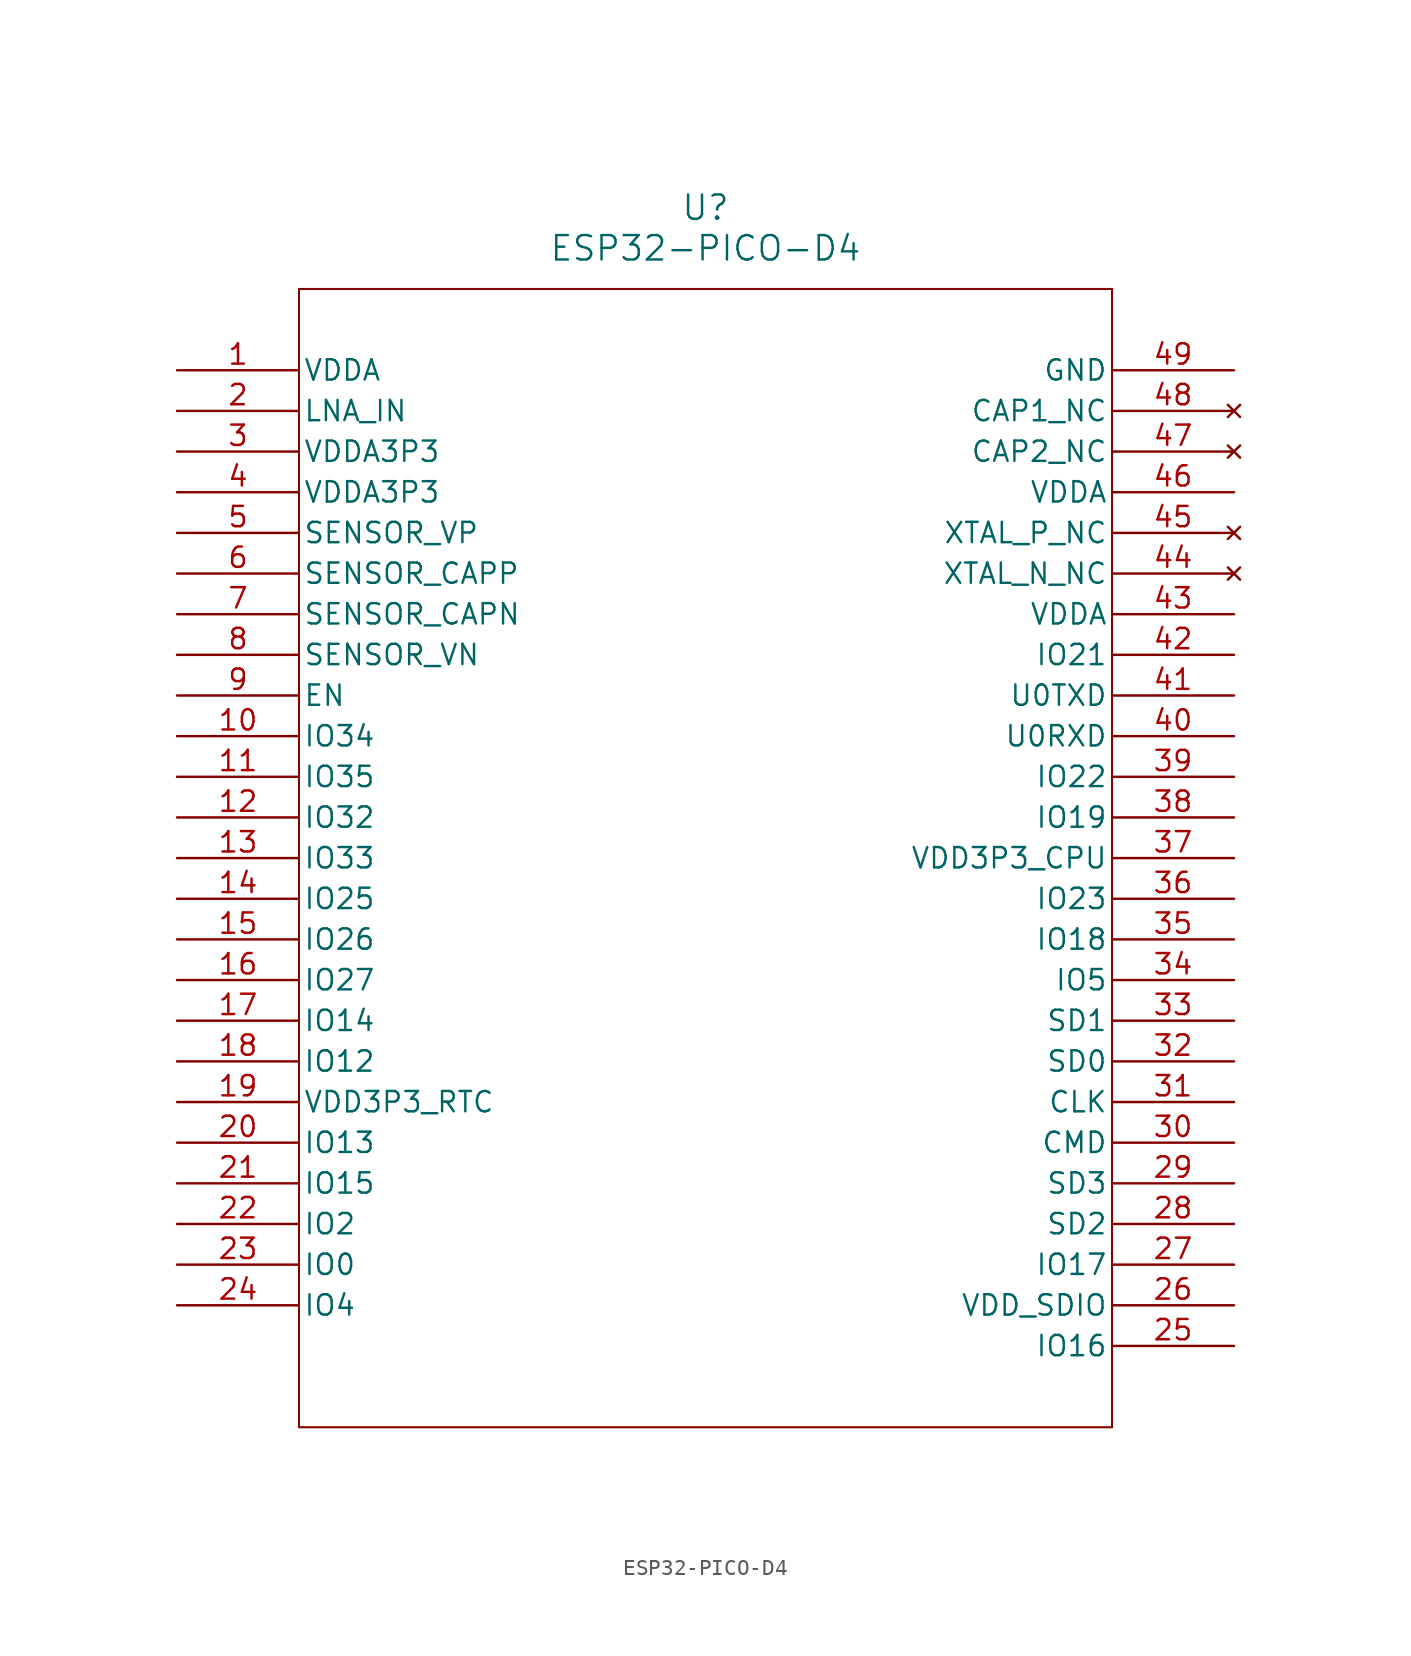
<source format=kicad_sym>
(kicad_symbol_lib
  (version 20211014)
  (generator kicad_symbol_editor)
  (symbol "ESP32-PICO-D4"
    (pin_names
      (offset 0.254))
    (property "Reference" "U"
      (at 33.02 10.16 0)
      (effects (font (size 1.524 1.524))))
    (property "Value" "ESP32-PICO-D4"
      (at 33.02 7.62 0)
      (effects (font (size 1.524 1.524))))
    (symbol "ESP32-PICO-D4_0_1"
      (polyline (pts (xy 7.62 5.08) (xy 7.62 -66.04)) (stroke (width 0.127) (type default) (color 0 0 0 0)) (fill (type none)))
      (polyline (pts (xy 7.62 -66.04) (xy 58.42 -66.04)) (stroke (width 0.127) (type default) (color 0 0 0 0)) (fill (type none)))
      (polyline (pts (xy 58.42 -66.04) (xy 58.42 5.08)) (stroke (width 0.127) (type default) (color 0 0 0 0)) (fill (type none)))
      (polyline (pts (xy 58.42 5.08) (xy 7.62 5.08)) (stroke (width 0.127) (type default) (color 0 0 0 0)) (fill (type none)))
      (pin power_in line (at 0 0 0) (length 7.62) (name "VDDA" (effects (font (size 1.27 1.27)))) (number "1" (effects (font (size 1.27 1.27)))))
      (pin bidirectional line (at 0 -2.54 0) (length 7.62) (name "LNA_IN" (effects (font (size 1.27 1.27)))) (number "2" (effects (font (size 1.27 1.27)))))
      (pin power_in line (at 0 -5.08 0) (length 7.62) (name "VDDA3P3" (effects (font (size 1.27 1.27)))) (number "3" (effects (font (size 1.27 1.27)))))
      (pin power_in line (at 0 -7.62 0) (length 7.62) (name "VDDA3P3" (effects (font (size 1.27 1.27)))) (number "4" (effects (font (size 1.27 1.27)))))
      (pin input line (at 0 -10.16 0) (length 7.62) (name "SENSOR_VP" (effects (font (size 1.27 1.27)))) (number "5" (effects (font (size 1.27 1.27)))))
      (pin input line (at 0 -12.7 0) (length 7.62) (name "SENSOR_CAPP" (effects (font (size 1.27 1.27)))) (number "6" (effects (font (size 1.27 1.27)))))
      (pin input line (at 0 -15.24 0) (length 7.62) (name "SENSOR_CAPN" (effects (font (size 1.27 1.27)))) (number "7" (effects (font (size 1.27 1.27)))))
      (pin input line (at 0 -17.78 0) (length 7.62) (name "SENSOR_VN" (effects (font (size 1.27 1.27)))) (number "8" (effects (font (size 1.27 1.27)))))
      (pin input line (at 0 -20.32 0) (length 7.62) (name "EN" (effects (font (size 1.27 1.27)))) (number "9" (effects (font (size 1.27 1.27)))))
      (pin input line (at 0 -22.86 0) (length 7.62) (name "IO34" (effects (font (size 1.27 1.27)))) (number "10" (effects (font (size 1.27 1.27)))))
      (pin input line (at 0 -25.4 0) (length 7.62) (name "IO35" (effects (font (size 1.27 1.27)))) (number "11" (effects (font (size 1.27 1.27)))))
      (pin bidirectional line (at 0 -27.94 0) (length 7.62) (name "IO32" (effects (font (size 1.27 1.27)))) (number "12" (effects (font (size 1.27 1.27)))))
      (pin bidirectional line (at 0 -30.48 0) (length 7.62) (name "IO33" (effects (font (size 1.27 1.27)))) (number "13" (effects (font (size 1.27 1.27)))))
      (pin bidirectional line (at 0 -33.02 0) (length 7.62) (name "IO25" (effects (font (size 1.27 1.27)))) (number "14" (effects (font (size 1.27 1.27)))))
      (pin bidirectional line (at 0 -35.56 0) (length 7.62) (name "IO26" (effects (font (size 1.27 1.27)))) (number "15" (effects (font (size 1.27 1.27)))))
      (pin bidirectional line (at 0 -38.1 0) (length 7.62) (name "IO27" (effects (font (size 1.27 1.27)))) (number "16" (effects (font (size 1.27 1.27)))))
      (pin bidirectional line (at 0 -40.64 0) (length 7.62) (name "IO14" (effects (font (size 1.27 1.27)))) (number "17" (effects (font (size 1.27 1.27)))))
      (pin bidirectional line (at 0 -43.18 0) (length 7.62) (name "IO12" (effects (font (size 1.27 1.27)))) (number "18" (effects (font (size 1.27 1.27)))))
      (pin power_in line (at 0 -45.72 0) (length 7.62) (name "VDD3P3_RTC" (effects (font (size 1.27 1.27)))) (number "19" (effects (font (size 1.27 1.27)))))
      (pin bidirectional line (at 0 -48.26 0) (length 7.62) (name "IO13" (effects (font (size 1.27 1.27)))) (number "20" (effects (font (size 1.27 1.27)))))
      (pin bidirectional line (at 0 -50.8 0) (length 7.62) (name "IO15" (effects (font (size 1.27 1.27)))) (number "21" (effects (font (size 1.27 1.27)))))
      (pin bidirectional line (at 0 -53.34 0) (length 7.62) (name "IO2" (effects (font (size 1.27 1.27)))) (number "22" (effects (font (size 1.27 1.27)))))
      (pin bidirectional line (at 0 -55.88 0) (length 7.62) (name "IO0" (effects (font (size 1.27 1.27)))) (number "23" (effects (font (size 1.27 1.27)))))
      (pin bidirectional line (at 0 -58.42 0) (length 7.62) (name "IO4" (effects (font (size 1.27 1.27)))) (number "24" (effects (font (size 1.27 1.27)))))
      (pin bidirectional line (at 66.04 -60.96 180) (length 7.62) (name "IO16" (effects (font (size 1.27 1.27)))) (number "25" (effects (font (size 1.27 1.27)))))
      (pin power_in line (at 66.04 -58.42 180) (length 7.62) (name "VDD_SDIO" (effects (font (size 1.27 1.27)))) (number "26" (effects (font (size 1.27 1.27)))))
      (pin bidirectional line (at 66.04 -55.88 180) (length 7.62) (name "IO17" (effects (font (size 1.27 1.27)))) (number "27" (effects (font (size 1.27 1.27)))))
      (pin bidirectional line (at 66.04 -53.34 180) (length 7.62) (name "SD2" (effects (font (size 1.27 1.27)))) (number "28" (effects (font (size 1.27 1.27)))))
      (pin bidirectional line (at 66.04 -50.8 180) (length 7.62) (name "SD3" (effects (font (size 1.27 1.27)))) (number "29" (effects (font (size 1.27 1.27)))))
      (pin bidirectional line (at 66.04 -48.26 180) (length 7.62) (name "CMD" (effects (font (size 1.27 1.27)))) (number "30" (effects (font (size 1.27 1.27)))))
      (pin bidirectional line (at 66.04 -45.72 180) (length 7.62) (name "CLK" (effects (font (size 1.27 1.27)))) (number "31" (effects (font (size 1.27 1.27)))))
      (pin bidirectional line (at 66.04 -43.18 180) (length 7.62) (name "SD0" (effects (font (size 1.27 1.27)))) (number "32" (effects (font (size 1.27 1.27)))))
      (pin bidirectional line (at 66.04 -40.64 180) (length 7.62) (name "SD1" (effects (font (size 1.27 1.27)))) (number "33" (effects (font (size 1.27 1.27)))))
      (pin bidirectional line (at 66.04 -38.1 180) (length 7.62) (name "IO5" (effects (font (size 1.27 1.27)))) (number "34" (effects (font (size 1.27 1.27)))))
      (pin bidirectional line (at 66.04 -35.56 180) (length 7.62) (name "IO18" (effects (font (size 1.27 1.27)))) (number "35" (effects (font (size 1.27 1.27)))))
      (pin bidirectional line (at 66.04 -33.02 180) (length 7.62) (name "IO23" (effects (font (size 1.27 1.27)))) (number "36" (effects (font (size 1.27 1.27)))))
      (pin power_in line (at 66.04 -30.48 180) (length 7.62) (name "VDD3P3_CPU" (effects (font (size 1.27 1.27)))) (number "37" (effects (font (size 1.27 1.27)))))
      (pin bidirectional line (at 66.04 -27.94 180) (length 7.62) (name "IO19" (effects (font (size 1.27 1.27)))) (number "38" (effects (font (size 1.27 1.27)))))
      (pin bidirectional line (at 66.04 -25.4 180) (length 7.62) (name "IO22" (effects (font (size 1.27 1.27)))) (number "39" (effects (font (size 1.27 1.27)))))
      (pin bidirectional line (at 66.04 -22.86 180) (length 7.62) (name "U0RXD" (effects (font (size 1.27 1.27)))) (number "40" (effects (font (size 1.27 1.27)))))
      (pin bidirectional line (at 66.04 -20.32 180) (length 7.62) (name "U0TXD" (effects (font (size 1.27 1.27)))) (number "41" (effects (font (size 1.27 1.27)))))
      (pin bidirectional line (at 66.04 -17.78 180) (length 7.62) (name "IO21" (effects (font (size 1.27 1.27)))) (number "42" (effects (font (size 1.27 1.27)))))
      (pin power_in line (at 66.04 -15.24 180) (length 7.62) (name "VDDA" (effects (font (size 1.27 1.27)))) (number "43" (effects (font (size 1.27 1.27)))))
      (pin no_connect line (at 66.04 -12.7 180) (length 7.62) (name "XTAL_N_NC" (effects (font (size 1.27 1.27)))) (number "44" (effects (font (size 1.27 1.27)))))
      (pin no_connect line (at 66.04 -10.16 180) (length 7.62) (name "XTAL_P_NC" (effects (font (size 1.27 1.27)))) (number "45" (effects (font (size 1.27 1.27)))))
      (pin power_in line (at 66.04 -7.62 180) (length 7.62) (name "VDDA" (effects (font (size 1.27 1.27)))) (number "46" (effects (font (size 1.27 1.27)))))
      (pin no_connect line (at 66.04 -5.08 180) (length 7.62) (name "CAP2_NC" (effects (font (size 1.27 1.27)))) (number "47" (effects (font (size 1.27 1.27)))))
      (pin no_connect line (at 66.04 -2.54 180) (length 7.62) (name "CAP1_NC" (effects (font (size 1.27 1.27)))) (number "48" (effects (font (size 1.27 1.27)))))
      (pin power_out line (at 66.04 0 180) (length 7.62) (name "GND" (effects (font (size 1.27 1.27)))) (number "49" (effects (font (size 1.27 1.27))))))))
</source>
